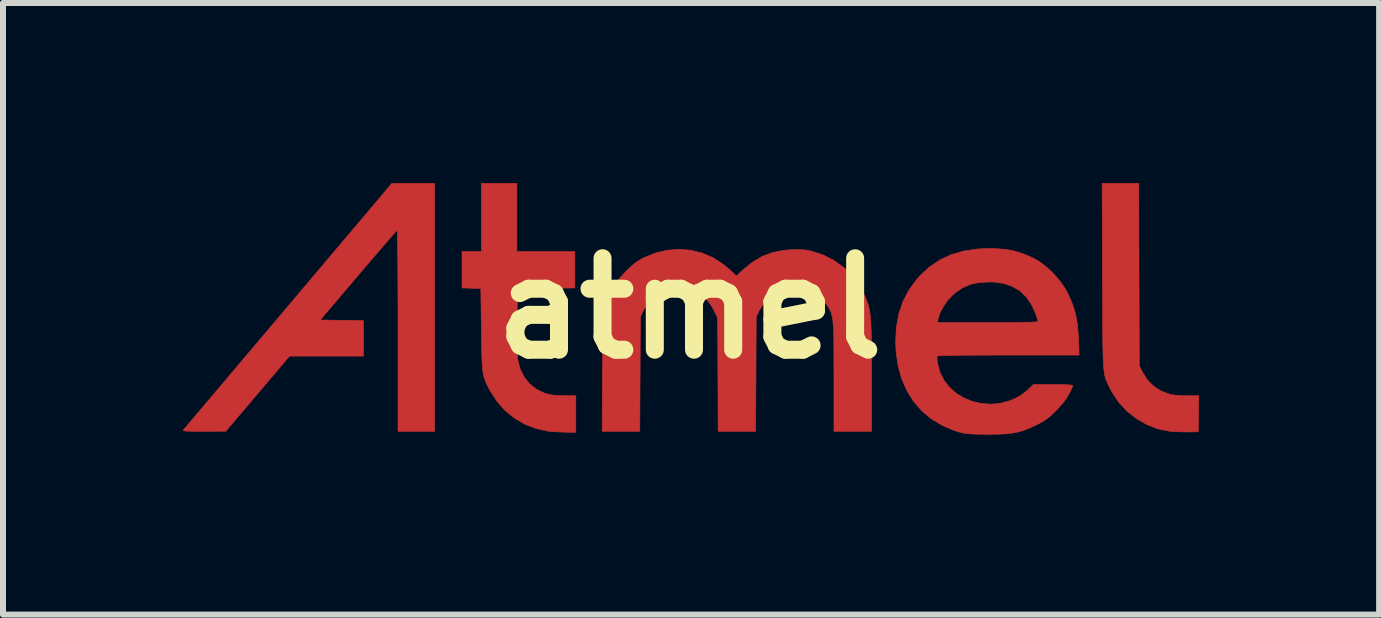
<source format=kicad_pcb>
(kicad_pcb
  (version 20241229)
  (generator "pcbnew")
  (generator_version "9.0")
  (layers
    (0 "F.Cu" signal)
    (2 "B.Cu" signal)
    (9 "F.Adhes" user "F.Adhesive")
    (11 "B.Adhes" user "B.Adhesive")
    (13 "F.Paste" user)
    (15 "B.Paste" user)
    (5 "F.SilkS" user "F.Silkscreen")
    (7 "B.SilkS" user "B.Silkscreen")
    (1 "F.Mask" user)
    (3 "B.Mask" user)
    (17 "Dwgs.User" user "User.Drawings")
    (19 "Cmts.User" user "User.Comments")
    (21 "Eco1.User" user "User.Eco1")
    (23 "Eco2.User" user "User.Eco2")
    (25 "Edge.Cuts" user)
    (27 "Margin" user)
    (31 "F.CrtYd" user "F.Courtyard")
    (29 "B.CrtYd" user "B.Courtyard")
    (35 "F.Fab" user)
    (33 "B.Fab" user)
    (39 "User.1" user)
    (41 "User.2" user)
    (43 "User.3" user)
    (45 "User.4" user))
  (footprint "atmel"
    (layer "F.Cu")
    (at 8.442 2.088)
    (property "Reference" "atmel" (at 0 0 0) (layer "F.SilkS") (effects (font (size 1.524 1.524) (thickness 0.3))))
    (attr through_hole)
    (fp_poly (pts (xy 7.488 -0.563) (xy 7.493 0.957) (xy 7.548 1.068) (xy 7.627 1.192) (xy 7.731 1.297) (xy 7.854 1.377) (xy 7.993 1.43) (xy 8.023 1.437) (xy 8.079 1.445) (xy 8.156 1.452) (xy 8.243 1.456) (xy 8.299 1.456) (xy 8.484 1.456) (xy 8.48 1.757) (xy 8.475 2.057) (xy 8.297 2.06) (xy 8.206 2.059) (xy 8.111 2.056) (xy 8.028 2.051) (xy 7.998 2.048) (xy 7.803 2.008) (xy 7.618 1.937) (xy 7.445 1.838) (xy 7.288 1.714) (xy 7.152 1.567) (xy 7.039 1.399) (xy 7.003 1.329) (xy 6.983 1.289) (xy 6.966 1.254) (xy 6.951 1.221) (xy 6.938 1.188) (xy 6.926 1.153) (xy 6.917 1.113) (xy 6.909 1.066) (xy 6.902 1.01) (xy 6.896 0.944) (xy 6.892 0.863) (xy 6.889 0.767) (xy 6.886 0.652) (xy 6.884 0.518) (xy 6.883 0.36) (xy 6.882 0.178) (xy 6.881 -0.031) (xy 6.88 -0.27) (xy 6.879 -0.538) (xy 6.874 -2.083) (xy 7.484 -2.083) (xy 7.488 -0.563)) (stroke (width 0.01) (type solid)) (fill yes) (layer "F.Cu"))
    (fp_poly (pts (xy -2.879 -0.948) (xy -1.913 -0.948) (xy -1.913 -0.339) (xy -2.392 -0.335) (xy -2.87 -0.33) (xy -2.875 0.212) (xy -2.876 0.368) (xy -2.875 0.511) (xy -2.873 0.638) (xy -2.87 0.742) (xy -2.866 0.822) (xy -2.862 0.87) (xy -2.823 1.015) (xy -2.757 1.146) (xy -2.667 1.257) (xy -2.555 1.347) (xy -2.426 1.411) (xy -2.322 1.439) (xy -2.263 1.447) (xy -2.184 1.453) (xy -2.098 1.456) (xy -2.064 1.456) (xy -1.897 1.456) (xy -1.897 2.066) (xy -2.07 2.064) (xy -2.158 2.061) (xy -2.248 2.057) (xy -2.324 2.051) (xy -2.35 2.048) (xy -2.554 2.005) (xy -2.745 1.931) (xy -2.92 1.829) (xy -3.077 1.701) (xy -3.213 1.547) (xy -3.326 1.371) (xy -3.334 1.356) (xy -3.364 1.298) (xy -3.389 1.247) (xy -3.409 1.2) (xy -3.425 1.152) (xy -3.438 1.1) (xy -3.447 1.041) (xy -3.454 0.969) (xy -3.46 0.881) (xy -3.463 0.774) (xy -3.466 0.644) (xy -3.469 0.486) (xy -3.47 0.356) (xy -3.48 -0.33) (xy -3.636 -0.335) (xy -3.793 -0.34) (xy -3.793 -0.948) (xy -3.471 -0.948) (xy -3.471 -2.083) (xy -2.879 -2.083) (xy -2.879 -0.948)) (stroke (width 0.01) (type solid)) (fill yes) (layer "F.Cu"))
    (fp_poly (pts (xy -4.25 2.049) (xy -4.86 2.049) (xy -4.86 0.371) (xy -4.86 0.119) (xy -4.86 -0.119) (xy -4.861 -0.341) (xy -4.862 -0.545) (xy -4.863 -0.728) (xy -4.865 -0.89) (xy -4.866 -1.027) (xy -4.868 -1.139) (xy -4.87 -1.223) (xy -4.872 -1.278) (xy -4.874 -1.3) (xy -4.875 -1.301) (xy -4.888 -1.287) (xy -4.922 -1.25) (xy -4.973 -1.192) (xy -5.04 -1.115) (xy -5.121 -1.021) (xy -5.214 -0.913) (xy -5.318 -0.792) (xy -5.429 -0.662) (xy -5.524 -0.55) (xy -6.158 0.195) (xy -5.797 0.199) (xy -5.436 0.204) (xy -5.436 0.796) (xy -6.668 0.796) (xy -7.199 1.422) (xy -7.73 2.048) (xy -8.093 2.049) (xy -8.212 2.049) (xy -8.301 2.048) (xy -8.364 2.047) (xy -8.406 2.044) (xy -8.428 2.04) (xy -8.437 2.034) (xy -8.434 2.025) (xy -8.43 2.019) (xy -8.416 2.003) (xy -8.382 1.963) (xy -8.328 1.899) (xy -8.256 1.814) (xy -8.167 1.709) (xy -8.062 1.584) (xy -7.942 1.443) (xy -7.808 1.285) (xy -7.663 1.113) (xy -7.506 0.927) (xy -7.339 0.73) (xy -7.163 0.522) (xy -6.98 0.305) (xy -6.79 0.081) (xy -6.682 -0.047) (xy -4.961 -2.083) (xy -4.25 -2.083) (xy -4.25 2.049)) (stroke (width 0.01) (type solid)) (fill yes) (layer "F.Cu"))
    (fp_poly (pts (xy 0.018 -0.968) (xy 0.207 -0.922) (xy 0.386 -0.846) (xy 0.553 -0.74) (xy 0.653 -0.657) (xy 0.779 -0.539) (xy 0.895 -0.646) (xy 1.049 -0.771) (xy 1.208 -0.865) (xy 1.377 -0.929) (xy 1.562 -0.966) (xy 1.693 -0.977) (xy 1.793 -0.98) (xy 1.872 -0.978) (xy 1.943 -0.97) (xy 2.019 -0.955) (xy 2.036 -0.951) (xy 2.231 -0.887) (xy 2.412 -0.794) (xy 2.575 -0.675) (xy 2.718 -0.533) (xy 2.836 -0.369) (xy 2.928 -0.187) (xy 2.94 -0.159) (xy 2.958 -0.108) (xy 2.974 -0.06) (xy 2.987 -0.012) (xy 2.998 0.041) (xy 3.007 0.1) (xy 3.014 0.17) (xy 3.02 0.252) (xy 3.024 0.351) (xy 3.027 0.468) (xy 3.029 0.609) (xy 3.03 0.774) (xy 3.03 0.968) (xy 3.03 1.13) (xy 3.031 2.049) (xy 2.405 2.049) (xy 2.405 1.147) (xy 2.404 0.935) (xy 2.404 0.753) (xy 2.403 0.6) (xy 2.401 0.472) (xy 2.398 0.366) (xy 2.393 0.28) (xy 2.387 0.209) (xy 2.379 0.152) (xy 2.369 0.106) (xy 2.357 0.066) (xy 2.341 0.032) (xy 2.323 -0.001) (xy 2.302 -0.035) (xy 2.301 -0.037) (xy 2.21 -0.15) (xy 2.099 -0.239) (xy 1.975 -0.302) (xy 1.842 -0.337) (xy 1.704 -0.343) (xy 1.566 -0.32) (xy 1.466 -0.281) (xy 1.379 -0.225) (xy 1.293 -0.147) (xy 1.217 -0.056) (xy 1.158 0.039) (xy 1.155 0.047) (xy 1.109 0.144) (xy 1.1 2.049) (xy 0.475 2.049) (xy 0.471 1.105) (xy 0.466 0.161) (xy 0.412 0.048) (xy 0.374 -0.023) (xy 0.328 -0.092) (xy 0.289 -0.14) (xy 0.184 -0.23) (xy 0.062 -0.295) (xy -0.072 -0.333) (xy -0.212 -0.343) (xy -0.35 -0.324) (xy -0.447 -0.29) (xy -0.532 -0.24) (xy -0.619 -0.167) (xy -0.697 -0.08) (xy -0.758 0.01) (xy -0.773 0.039) (xy -0.821 0.144) (xy -0.826 1.096) (xy -0.831 2.049) (xy -1.458 2.049) (xy -1.453 1.054) (xy -1.451 0.846) (xy -1.45 0.668) (xy -1.449 0.519) (xy -1.448 0.395) (xy -1.446 0.294) (xy -1.444 0.212) (xy -1.442 0.146) (xy -1.439 0.095) (xy -1.435 0.055) (xy -1.43 0.023) (xy -1.424 -0.004) (xy -1.418 -0.029) (xy -1.41 -0.054) (xy -1.408 -0.059) (xy -1.347 -0.217) (xy -1.277 -0.352) (xy -1.189 -0.476) (xy -1.078 -0.6) (xy -1.068 -0.61) (xy -0.99 -0.686) (xy -0.925 -0.742) (xy -0.864 -0.786) (xy -0.799 -0.824) (xy -0.762 -0.843) (xy -0.569 -0.922) (xy -0.373 -0.968) (xy -0.176 -0.984) (xy 0.018 -0.968)) (stroke (width 0.01) (type solid)) (fill yes) (layer "F.Cu"))
    (fp_poly (pts (xy 5.267 -0.982) (xy 5.419 -0.953) (xy 5.566 -0.907) (xy 5.715 -0.842) (xy 5.761 -0.819) (xy 5.864 -0.754) (xy 5.973 -0.665) (xy 6.079 -0.561) (xy 6.175 -0.45) (xy 6.252 -0.339) (xy 6.278 -0.294) (xy 6.347 -0.151) (xy 6.399 -0.015) (xy 6.437 0.125) (xy 6.462 0.276) (xy 6.477 0.448) (xy 6.481 0.529) (xy 6.49 0.779) (xy 5.312 0.779) (xy 5.078 0.779) (xy 4.865 0.78) (xy 4.677 0.781) (xy 4.513 0.782) (xy 4.376 0.784) (xy 4.267 0.787) (xy 4.188 0.789) (xy 4.139 0.792) (xy 4.124 0.795) (xy 4.121 0.819) (xy 4.124 0.866) (xy 4.131 0.918) (xy 4.171 1.066) (xy 4.238 1.199) (xy 4.33 1.316) (xy 4.441 1.415) (xy 4.569 1.493) (xy 4.711 1.551) (xy 4.862 1.586) (xy 5.019 1.597) (xy 5.178 1.582) (xy 5.336 1.54) (xy 5.46 1.485) (xy 5.529 1.442) (xy 5.601 1.388) (xy 5.643 1.351) (xy 5.726 1.27) (xy 6.055 1.27) (xy 6.182 1.271) (xy 6.277 1.273) (xy 6.341 1.277) (xy 6.376 1.283) (xy 6.384 1.289) (xy 6.377 1.312) (xy 6.357 1.356) (xy 6.329 1.413) (xy 6.321 1.428) (xy 6.274 1.507) (xy 6.212 1.588) (xy 6.129 1.678) (xy 6.106 1.703) (xy 6.033 1.773) (xy 5.973 1.826) (xy 5.914 1.868) (xy 5.846 1.907) (xy 5.774 1.944) (xy 5.669 1.993) (xy 5.573 2.031) (xy 5.48 2.059) (xy 5.383 2.078) (xy 5.273 2.091) (xy 5.146 2.097) (xy 4.992 2.099) (xy 4.97 2.099) (xy 4.844 2.098) (xy 4.745 2.096) (xy 4.667 2.091) (xy 4.604 2.085) (xy 4.549 2.076) (xy 4.504 2.065) (xy 4.433 2.043) (xy 4.346 2.01) (xy 4.256 1.972) (xy 4.206 1.948) (xy 4.026 1.841) (xy 3.869 1.709) (xy 3.734 1.554) (xy 3.623 1.377) (xy 3.536 1.18) (xy 3.475 0.964) (xy 3.441 0.731) (xy 3.432 0.55) (xy 3.445 0.311) (xy 3.459 0.237) (xy 4.128 0.237) (xy 4.968 0.237) (xy 5.165 0.237) (xy 5.34 0.236) (xy 5.489 0.234) (xy 5.611 0.232) (xy 5.706 0.23) (xy 5.771 0.226) (xy 5.804 0.223) (xy 5.808 0.221) (xy 5.803 0.198) (xy 5.788 0.153) (xy 5.769 0.096) (xy 5.697 -0.062) (xy 5.608 -0.192) (xy 5.5 -0.294) (xy 5.372 -0.368) (xy 5.224 -0.417) (xy 5.054 -0.439) (xy 4.987 -0.44) (xy 4.82 -0.43) (xy 4.674 -0.398) (xy 4.544 -0.341) (xy 4.423 -0.258) (xy 4.374 -0.215) (xy 4.297 -0.13) (xy 4.228 -0.03) (xy 4.174 0.074) (xy 4.141 0.17) (xy 4.138 0.182) (xy 4.128 0.237) (xy 3.459 0.237) (xy 3.486 0.089) (xy 3.556 -0.116) (xy 3.655 -0.306) (xy 3.784 -0.482) (xy 3.843 -0.548) (xy 3.999 -0.692) (xy 4.17 -0.806) (xy 4.357 -0.894) (xy 4.562 -0.954) (xy 4.787 -0.988) (xy 4.909 -0.995) (xy 5.099 -0.995) (xy 5.267 -0.982)) (stroke (width 0.01) (type solid)) (fill yes) (layer "F.Cu")))
  (gr_rect
    (start -3 -3)
    (end 19.931 7.192)
    (stroke (width 0.1) (type default))
    (fill no)
    (layer "Edge.Cuts")))
</source>
